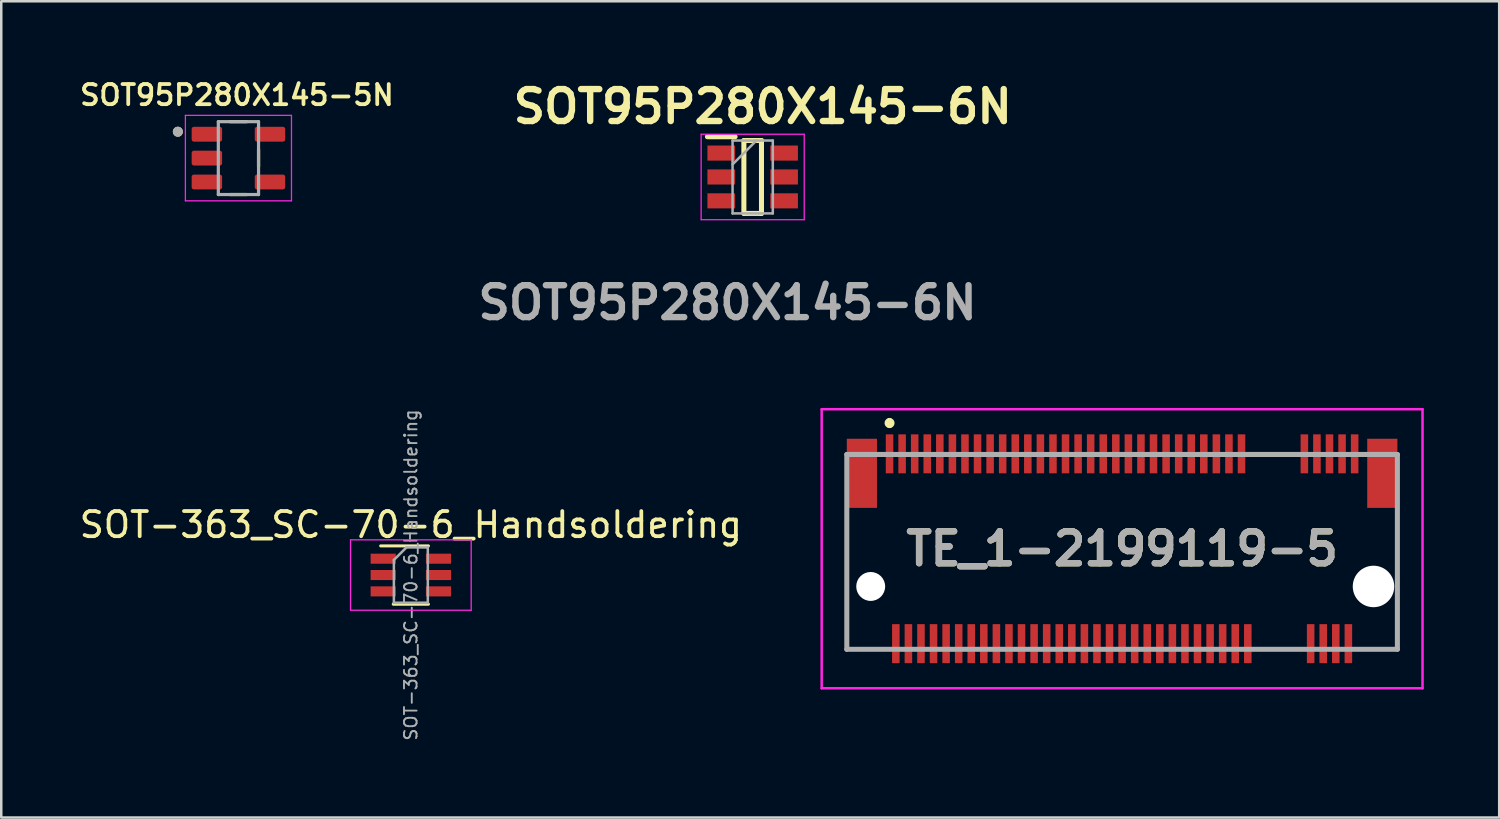
<source format=kicad_pcb>
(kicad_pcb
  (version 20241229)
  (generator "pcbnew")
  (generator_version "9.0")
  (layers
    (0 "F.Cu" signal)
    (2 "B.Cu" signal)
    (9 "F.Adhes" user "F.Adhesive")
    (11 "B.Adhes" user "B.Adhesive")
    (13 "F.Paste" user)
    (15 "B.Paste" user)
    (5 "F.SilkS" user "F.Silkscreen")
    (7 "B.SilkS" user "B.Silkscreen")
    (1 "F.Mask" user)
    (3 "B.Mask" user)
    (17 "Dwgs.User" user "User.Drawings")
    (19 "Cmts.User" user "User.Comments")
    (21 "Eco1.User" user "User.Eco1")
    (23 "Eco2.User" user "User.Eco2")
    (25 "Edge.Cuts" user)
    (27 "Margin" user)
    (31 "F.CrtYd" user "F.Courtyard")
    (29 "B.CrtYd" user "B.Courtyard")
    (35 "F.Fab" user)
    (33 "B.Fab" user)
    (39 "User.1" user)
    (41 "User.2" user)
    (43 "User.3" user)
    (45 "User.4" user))
  (footprint "SOT95P280X145-5N"
    (layer "F.Cu")
    (at 6.434 3.239)
    (property "Reference" "SOT95P280X145-5N" (at -0.06 -2.508 0) (layer "F.SilkS") (effects (font (size 0.8 0.8) (thickness 0.15))))
    (attr through_hole)
    (fp_line (start -0.33 -1.45) (end 0.33 -1.45) (stroke (width 0.127) (type solid)) (layer "F.SilkS"))
    (fp_line (start 0.33 1.45) (end -0.33 1.45) (stroke (width 0.127) (type solid)) (layer "F.SilkS"))
    (fp_line (start 0.8 -0.335) (end 0.8 0.335) (stroke (width 0.127) (type solid)) (layer "F.SilkS"))
    (fp_circle (center -2.41 -1.05) (end -2.31 -1.05) (stroke (width 0.2) (type solid)) (fill no) (layer "F.SilkS"))
    (fp_line (start -2.11 -1.7) (end 2.11 -1.7) (stroke (width 0.05) (type solid)) (layer "F.CrtYd"))
    (fp_line (start -2.11 1.7) (end -2.11 -1.7) (stroke (width 0.05) (type solid)) (layer "F.CrtYd"))
    (fp_line (start 2.11 -1.7) (end 2.11 1.7) (stroke (width 0.05) (type solid)) (layer "F.CrtYd"))
    (fp_line (start 2.11 1.7) (end -2.11 1.7) (stroke (width 0.05) (type solid)) (layer "F.CrtYd"))
    (fp_line (start -0.8 -1.45) (end 0.8 -1.45) (stroke (width 0.127) (type solid)) (layer "F.Fab"))
    (fp_line (start -0.8 1.45) (end -0.8 -1.45) (stroke (width 0.127) (type solid)) (layer "F.Fab"))
    (fp_line (start 0.8 -1.45) (end 0.8 1.45) (stroke (width 0.127) (type solid)) (layer "F.Fab"))
    (fp_line (start 0.8 1.45) (end -0.8 1.45) (stroke (width 0.127) (type solid)) (layer "F.Fab"))
    (fp_circle (center -2.41 -1.05) (end -2.31 -1.05) (stroke (width 0.2) (type solid)) (fill no) (layer "F.Fab"))
    (pad "1" smd roundrect (at -1.255 -0.95) (size 1.21 0.59) (layers "F.Cu" "F.Mask" "F.Paste") (roundrect_rratio 0.15))
    (pad "2" smd roundrect (at -1.255 0) (size 1.21 0.59) (layers "F.Cu" "F.Mask" "F.Paste") (roundrect_rratio 0.15))
    (pad "3" smd roundrect (at -1.255 0.95) (size 1.21 0.59) (layers "F.Cu" "F.Mask" "F.Paste") (roundrect_rratio 0.15))
    (pad "4" smd roundrect (at 1.255 0.95) (size 1.21 0.59) (layers "F.Cu" "F.Mask" "F.Paste") (roundrect_rratio 0.15))
    (pad "5" smd roundrect (at 1.255 -0.95) (size 1.21 0.59) (layers "F.Cu" "F.Mask" "F.Paste") (roundrect_rratio 0.15)))
  (footprint "TE_1-2199119-5"
    (layer "F.Cu")
    (at 41.583 18.777)
    (property "Reference" "TE_1-2199119-5" (at 0 0 0) (layer "F.SilkS") (effects (font (size 1.27 1.27) (thickness 0.254))))
    (attr through_hole)
    (fp_line (start -10.95 -1) (end -10.95 4) (stroke (width 0.1) (type solid)) (layer "F.SilkS"))
    (fp_line (start -10.95 4) (end -10 4) (stroke (width 0.1) (type solid)) (layer "F.SilkS"))
    (fp_line (start -9.25 -5.1) (end -9.25 -5.1) (stroke (width 0.2) (type solid)) (layer "F.SilkS"))
    (fp_line (start -9.25 -4.9) (end -9.25 -4.9) (stroke (width 0.2) (type solid)) (layer "F.SilkS"))
    (fp_line (start 5.5 4) (end 7 4) (stroke (width 0.1) (type solid)) (layer "F.SilkS"))
    (fp_line (start 6.5 -3.775) (end 5.5 -3.775) (stroke (width 0.1) (type solid)) (layer "F.SilkS"))
    (fp_line (start 10 4) (end 10.95 4) (stroke (width 0.1) (type solid)) (layer "F.SilkS"))
    (fp_line (start 10.95 0.5) (end 10.95 -1) (stroke (width 0.1) (type solid)) (layer "F.SilkS"))
    (fp_line (start 10.95 4) (end 10.95 2.5) (stroke (width 0.1) (type solid)) (layer "F.SilkS"))
    (fp_arc (start -9.25 -5.1) (mid -9.15 -5) (end -9.25 -4.9) (stroke (width 0.2) (type solid)) (layer "F.SilkS"))
    (fp_arc (start -9.25 -4.9) (mid -9.35 -5) (end -9.25 -5.1) (stroke (width 0.2) (type solid)) (layer "F.SilkS"))
    (fp_line (start -11.95 -5.55) (end 11.95 -5.55) (stroke (width 0.1) (type solid)) (layer "F.CrtYd"))
    (fp_line (start -11.95 5.55) (end -11.95 -5.55) (stroke (width 0.1) (type solid)) (layer "F.CrtYd"))
    (fp_line (start 11.95 -5.55) (end 11.95 5.55) (stroke (width 0.1) (type solid)) (layer "F.CrtYd"))
    (fp_line (start 11.95 5.55) (end -11.95 5.55) (stroke (width 0.1) (type solid)) (layer "F.CrtYd"))
    (fp_line (start -10.95 -3.75) (end 10.95 -3.75) (stroke (width 0.2) (type solid)) (layer "F.Fab"))
    (fp_line (start -10.95 4) (end -10.95 -3.75) (stroke (width 0.2) (type solid)) (layer "F.Fab"))
    (fp_line (start 10.95 -3.75) (end 10.95 4) (stroke (width 0.2) (type solid)) (layer "F.Fab"))
    (fp_line (start 10.95 4) (end -10.95 4) (stroke (width 0.2) (type solid)) (layer "F.Fab"))
    (fp_text user "${REFERENCE}" (at 0 0 0) (layer "F.Fab") (effects (font (size 1.27 1.27) (thickness 0.254))))
    (pad "" np_thru_hole circle (at -10 1.5) (size 1.15 1.15) (drill 1.15) (layers "*.Cu" "*.Mask"))
    (pad "" np_thru_hole circle (at 10 1.5) (size 1.65 1.65) (drill 1.65) (layers "*.Cu" "*.Mask"))
    (pad "1" smd rect (at -9.25 -3.775) (size 0.3 1.55) (layers "F.Cu" "F.Mask" "F.Paste"))
    (pad "2" smd rect (at -9 3.775) (size 0.3 1.55) (layers "F.Cu" "F.Mask" "F.Paste"))
    (pad "3" smd rect (at -10.35 -3) (size 1.2 2.75) (layers "F.Cu" "F.Mask" "F.Paste"))
    (pad "3" smd rect (at -8.75 -3.775) (size 0.3 1.55) (layers "F.Cu" "F.Mask" "F.Paste"))
    (pad "3" smd rect (at 10.35 -3) (size 1.2 2.75) (layers "F.Cu" "F.Mask" "F.Paste"))
    (pad "4" smd rect (at -8.5 3.775) (size 0.3 1.55) (layers "F.Cu" "F.Mask" "F.Paste"))
    (pad "5" smd rect (at -8.25 -3.775) (size 0.3 1.55) (layers "F.Cu" "F.Mask" "F.Paste"))
    (pad "6" smd rect (at -8 3.775) (size 0.3 1.55) (layers "F.Cu" "F.Mask" "F.Paste"))
    (pad "7" smd rect (at -7.75 -3.775) (size 0.3 1.55) (layers "F.Cu" "F.Mask" "F.Paste"))
    (pad "8" smd rect (at -7.5 3.775) (size 0.3 1.55) (layers "F.Cu" "F.Mask" "F.Paste"))
    (pad "9" smd rect (at -7.25 -3.775) (size 0.3 1.55) (layers "F.Cu" "F.Mask" "F.Paste"))
    (pad "10" smd rect (at -7 3.775) (size 0.3 1.55) (layers "F.Cu" "F.Mask" "F.Paste"))
    (pad "11" smd rect (at -6.75 -3.775) (size 0.3 1.55) (layers "F.Cu" "F.Mask" "F.Paste"))
    (pad "12" smd rect (at -6.5 3.775) (size 0.3 1.55) (layers "F.Cu" "F.Mask" "F.Paste"))
    (pad "13" smd rect (at -6.25 -3.775) (size 0.3 1.55) (layers "F.Cu" "F.Mask" "F.Paste"))
    (pad "14" smd rect (at -6 3.775) (size 0.3 1.55) (layers "F.Cu" "F.Mask" "F.Paste"))
    (pad "15" smd rect (at -5.75 -3.775) (size 0.3 1.55) (layers "F.Cu" "F.Mask" "F.Paste"))
    (pad "16" smd rect (at -5.5 3.775) (size 0.3 1.55) (layers "F.Cu" "F.Mask" "F.Paste"))
    (pad "17" smd rect (at -5.25 -3.775) (size 0.3 1.55) (layers "F.Cu" "F.Mask" "F.Paste"))
    (pad "18" smd rect (at -5 3.775) (size 0.3 1.55) (layers "F.Cu" "F.Mask" "F.Paste"))
    (pad "19" smd rect (at -4.75 -3.775) (size 0.3 1.55) (layers "F.Cu" "F.Mask" "F.Paste"))
    (pad "20" smd rect (at -4.5 3.775) (size 0.3 1.55) (layers "F.Cu" "F.Mask" "F.Paste"))
    (pad "21" smd rect (at -4.25 -3.775) (size 0.3 1.55) (layers "F.Cu" "F.Mask" "F.Paste"))
    (pad "22" smd rect (at -4 3.775) (size 0.3 1.55) (layers "F.Cu" "F.Mask" "F.Paste"))
    (pad "23" smd rect (at -3.75 -3.775) (size 0.3 1.55) (layers "F.Cu" "F.Mask" "F.Paste"))
    (pad "24" smd rect (at -3.5 3.775) (size 0.3 1.55) (layers "F.Cu" "F.Mask" "F.Paste"))
    (pad "25" smd rect (at -3.25 -3.775) (size 0.3 1.55) (layers "F.Cu" "F.Mask" "F.Paste"))
    (pad "26" smd rect (at -3 3.775) (size 0.3 1.55) (layers "F.Cu" "F.Mask" "F.Paste"))
    (pad "27" smd rect (at -2.75 -3.775) (size 0.3 1.55) (layers "F.Cu" "F.Mask" "F.Paste"))
    (pad "28" smd rect (at -2.5 3.775) (size 0.3 1.55) (layers "F.Cu" "F.Mask" "F.Paste"))
    (pad "29" smd rect (at -2.25 -3.775) (size 0.3 1.55) (layers "F.Cu" "F.Mask" "F.Paste"))
    (pad "30" smd rect (at -2 3.775) (size 0.3 1.55) (layers "F.Cu" "F.Mask" "F.Paste"))
    (pad "31" smd rect (at -1.75 -3.775) (size 0.3 1.55) (layers "F.Cu" "F.Mask" "F.Paste"))
    (pad "32" smd rect (at -1.5 3.775) (size 0.3 1.55) (layers "F.Cu" "F.Mask" "F.Paste"))
    (pad "33" smd rect (at -1.25 -3.775) (size 0.3 1.55) (layers "F.Cu" "F.Mask" "F.Paste"))
    (pad "34" smd rect (at -1 3.775) (size 0.3 1.55) (layers "F.Cu" "F.Mask" "F.Paste"))
    (pad "35" smd rect (at -0.75 -3.775) (size 0.3 1.55) (layers "F.Cu" "F.Mask" "F.Paste"))
    (pad "36" smd rect (at -0.5 3.775) (size 0.3 1.55) (layers "F.Cu" "F.Mask" "F.Paste"))
    (pad "37" smd rect (at -0.25 -3.775) (size 0.3 1.55) (layers "F.Cu" "F.Mask" "F.Paste"))
    (pad "38" smd rect (at 0 3.775) (size 0.3 1.55) (layers "F.Cu" "F.Mask" "F.Paste"))
    (pad "39" smd rect (at 0.25 -3.775) (size 0.3 1.55) (layers "F.Cu" "F.Mask" "F.Paste"))
    (pad "40" smd rect (at 0.5 3.775) (size 0.3 1.55) (layers "F.Cu" "F.Mask" "F.Paste"))
    (pad "41" smd rect (at 0.75 -3.775) (size 0.3 1.55) (layers "F.Cu" "F.Mask" "F.Paste"))
    (pad "42" smd rect (at 1 3.775) (size 0.3 1.55) (layers "F.Cu" "F.Mask" "F.Paste"))
    (pad "43" smd rect (at 1.25 -3.775) (size 0.3 1.55) (layers "F.Cu" "F.Mask" "F.Paste"))
    (pad "44" smd rect (at 1.5 3.775) (size 0.3 1.55) (layers "F.Cu" "F.Mask" "F.Paste"))
    (pad "45" smd rect (at 1.75 -3.775) (size 0.3 1.55) (layers "F.Cu" "F.Mask" "F.Paste"))
    (pad "46" smd rect (at 2 3.775) (size 0.3 1.55) (layers "F.Cu" "F.Mask" "F.Paste"))
    (pad "47" smd rect (at 2.25 -3.775) (size 0.3 1.55) (layers "F.Cu" "F.Mask" "F.Paste"))
    (pad "48" smd rect (at 2.5 3.775) (size 0.3 1.55) (layers "F.Cu" "F.Mask" "F.Paste"))
    (pad "49" smd rect (at 2.75 -3.775) (size 0.3 1.55) (layers "F.Cu" "F.Mask" "F.Paste"))
    (pad "50" smd rect (at 3 3.775) (size 0.3 1.55) (layers "F.Cu" "F.Mask" "F.Paste"))
    (pad "51" smd rect (at 3.25 -3.775) (size 0.3 1.55) (layers "F.Cu" "F.Mask" "F.Paste"))
    (pad "52" smd rect (at 3.5 3.775) (size 0.3 1.55) (layers "F.Cu" "F.Mask" "F.Paste"))
    (pad "53" smd rect (at 3.75 -3.775) (size 0.3 1.55) (layers "F.Cu" "F.Mask" "F.Paste"))
    (pad "54" smd rect (at 4 3.775) (size 0.3 1.55) (layers "F.Cu" "F.Mask" "F.Paste"))
    (pad "55" smd rect (at 4.25 -3.775) (size 0.3 1.55) (layers "F.Cu" "F.Mask" "F.Paste"))
    (pad "56" smd rect (at 4.5 3.775) (size 0.3 1.55) (layers "F.Cu" "F.Mask" "F.Paste"))
    (pad "57" smd rect (at 4.75 -3.775) (size 0.3 1.55) (layers "F.Cu" "F.Mask" "F.Paste"))
    (pad "58" smd rect (at 5 3.775) (size 0.3 1.55) (layers "F.Cu" "F.Mask" "F.Paste"))
    (pad "67" smd rect (at 7.25 -3.775) (size 0.3 1.55) (layers "F.Cu" "F.Mask" "F.Paste"))
    (pad "68" smd rect (at 7.5 3.775) (size 0.3 1.55) (layers "F.Cu" "F.Mask" "F.Paste"))
    (pad "69" smd rect (at 7.75 -3.775) (size 0.3 1.55) (layers "F.Cu" "F.Mask" "F.Paste"))
    (pad "70" smd rect (at 8 3.775) (size 0.3 1.55) (layers "F.Cu" "F.Mask" "F.Paste"))
    (pad "71" smd rect (at 8.25 -3.775) (size 0.3 1.55) (layers "F.Cu" "F.Mask" "F.Paste"))
    (pad "72" smd rect (at 8.5 3.775) (size 0.3 1.55) (layers "F.Cu" "F.Mask" "F.Paste"))
    (pad "73" smd rect (at 8.75 -3.775) (size 0.3 1.55) (layers "F.Cu" "F.Mask" "F.Paste"))
    (pad "74" smd rect (at 9 3.775) (size 0.3 1.55) (layers "F.Cu" "F.Mask" "F.Paste"))
    (pad "75" smd rect (at 9.25 -3.775) (size 0.3 1.55) (layers "F.Cu" "F.Mask" "F.Paste")))
  (footprint "SOT-363_SC-70-6_Handsoldering"
    (layer "F.Cu")
    (at 13.292 19.823)
    (property "Reference" "SOT-363_SC-70-6_Handsoldering" (at 0 -2 0) (layer "F.SilkS") (effects (font (size 1 1) (thickness 0.15))))
    (attr smd)
    (fp_line (start -0.7 1.16) (end 0.7 1.16) (stroke (width 0.12) (type solid)) (layer "F.SilkS"))
    (fp_line (start 0.7 -1.16) (end -1.2 -1.16) (stroke (width 0.12) (type solid)) (layer "F.SilkS"))
    (fp_line (start -2.4 -1.4) (end -2.4 1.4) (stroke (width 0.05) (type solid)) (layer "F.CrtYd"))
    (fp_line (start -2.4 -1.4) (end 2.4 -1.4) (stroke (width 0.05) (type solid)) (layer "F.CrtYd"))
    (fp_line (start -2.4 1.4) (end 2.4 1.4) (stroke (width 0.05) (type solid)) (layer "F.CrtYd"))
    (fp_line (start 2.4 1.4) (end 2.4 -1.4) (stroke (width 0.05) (type solid)) (layer "F.CrtYd"))
    (fp_line (start -0.675 -0.6) (end -0.675 1.1) (stroke (width 0.1) (type solid)) (layer "F.Fab"))
    (fp_line (start -0.175 -1.1) (end -0.675 -0.6) (stroke (width 0.1) (type solid)) (layer "F.Fab"))
    (fp_line (start 0.675 -1.1) (end -0.175 -1.1) (stroke (width 0.1) (type solid)) (layer "F.Fab"))
    (fp_line (start 0.675 -1.1) (end 0.675 1.1) (stroke (width 0.1) (type solid)) (layer "F.Fab"))
    (fp_line (start 0.675 1.1) (end -0.675 1.1) (stroke (width 0.1) (type solid)) (layer "F.Fab"))
    (fp_text user "${REFERENCE}" (at 0 0 90) (layer "F.Fab") (effects (font (size 0.5 0.5) (thickness 0.075))))
    (pad "1" smd rect (at -1.1 -0.65) (size 1 0.4) (layers "F.Cu" "F.Mask" "F.Paste"))
    (pad "2" smd rect (at -1.1 0) (size 1 0.4) (layers "F.Cu" "F.Mask" "F.Paste"))
    (pad "3" smd rect (at -1.1 0.65) (size 1 0.4) (layers "F.Cu" "F.Mask" "F.Paste"))
    (pad "4" smd rect (at 1.1 0.65) (size 1 0.4) (layers "F.Cu" "F.Mask" "F.Paste"))
    (pad "5" smd rect (at 1.1 0) (size 1 0.4) (layers "F.Cu" "F.Mask" "F.Paste"))
    (pad "6" smd rect (at 1.1 -0.65) (size 1 0.4) (layers "F.Cu" "F.Mask" "F.Paste")))
  (footprint "SOT95P280X145-6N"
    (layer "F.Cu")
    (at 26.889 3.989)
    (property "Reference" "SOT95P280X145-6N" (at 0.4 -2.8 0) (layer "F.SilkS") (effects (font (size 1.27 1.27) (thickness 0.254))))
    (attr smd)
    (fp_line (start -1.8 -1.6) (end -0.7 -1.6) (stroke (width 0.2) (type solid)) (layer "F.SilkS"))
    (fp_line (start -0.35 -1.45) (end 0.35 -1.45) (stroke (width 0.2) (type solid)) (layer "F.SilkS"))
    (fp_line (start -0.35 1.45) (end -0.35 -1.45) (stroke (width 0.2) (type solid)) (layer "F.SilkS"))
    (fp_line (start 0.35 -1.45) (end 0.35 1.45) (stroke (width 0.2) (type solid)) (layer "F.SilkS"))
    (fp_line (start 0.35 1.45) (end -0.35 1.45) (stroke (width 0.2) (type solid)) (layer "F.SilkS"))
    (fp_line (start -2.05 -1.7) (end 2.05 -1.7) (stroke (width 0.05) (type solid)) (layer "F.CrtYd"))
    (fp_line (start -2.05 1.7) (end -2.05 -1.7) (stroke (width 0.05) (type solid)) (layer "F.CrtYd"))
    (fp_line (start 2.05 -1.7) (end 2.05 1.7) (stroke (width 0.05) (type solid)) (layer "F.CrtYd"))
    (fp_line (start 2.05 1.7) (end -2.05 1.7) (stroke (width 0.05) (type solid)) (layer "F.CrtYd"))
    (fp_line (start -0.8 -1.45) (end 0.8 -1.45) (stroke (width 0.1) (type solid)) (layer "F.Fab"))
    (fp_line (start -0.8 -0.5) (end 0.15 -1.45) (stroke (width 0.1) (type solid)) (layer "F.Fab"))
    (fp_line (start -0.8 1.45) (end -0.8 -1.45) (stroke (width 0.1) (type solid)) (layer "F.Fab"))
    (fp_line (start 0.8 -1.45) (end 0.8 1.45) (stroke (width 0.1) (type solid)) (layer "F.Fab"))
    (fp_line (start 0.8 1.45) (end -0.8 1.45) (stroke (width 0.1) (type solid)) (layer "F.Fab"))
    (fp_text user "${REFERENCE}" (at -1 5 0) (layer "F.Fab") (effects (font (size 1.27 1.27) (thickness 0.254))))
    (pad "1" smd rect (at -1.25 -0.95 90) (size 0.6 1.1) (layers "F.Cu" "F.Mask" "F.Paste"))
    (pad "2" smd rect (at -1.25 0 90) (size 0.6 1.1) (layers "F.Cu" "F.Mask" "F.Paste"))
    (pad "3" smd rect (at -1.25 0.95 90) (size 0.6 1.1) (layers "F.Cu" "F.Mask" "F.Paste"))
    (pad "4" smd rect (at 1.25 0.95 90) (size 0.6 1.1) (layers "F.Cu" "F.Mask" "F.Paste"))
    (pad "5" smd rect (at 1.25 0 90) (size 0.6 1.1) (layers "F.Cu" "F.Mask" "F.Paste"))
    (pad "6" smd rect (at 1.25 -0.95 90) (size 0.6 1.1) (layers "F.Cu" "F.Mask" "F.Paste")))
  (gr_rect
    (start -3 -3)
    (end 56.583 29.469)
    (stroke (width 0.1) (type default))
    (fill no)
    (layer "Edge.Cuts")))
</source>
